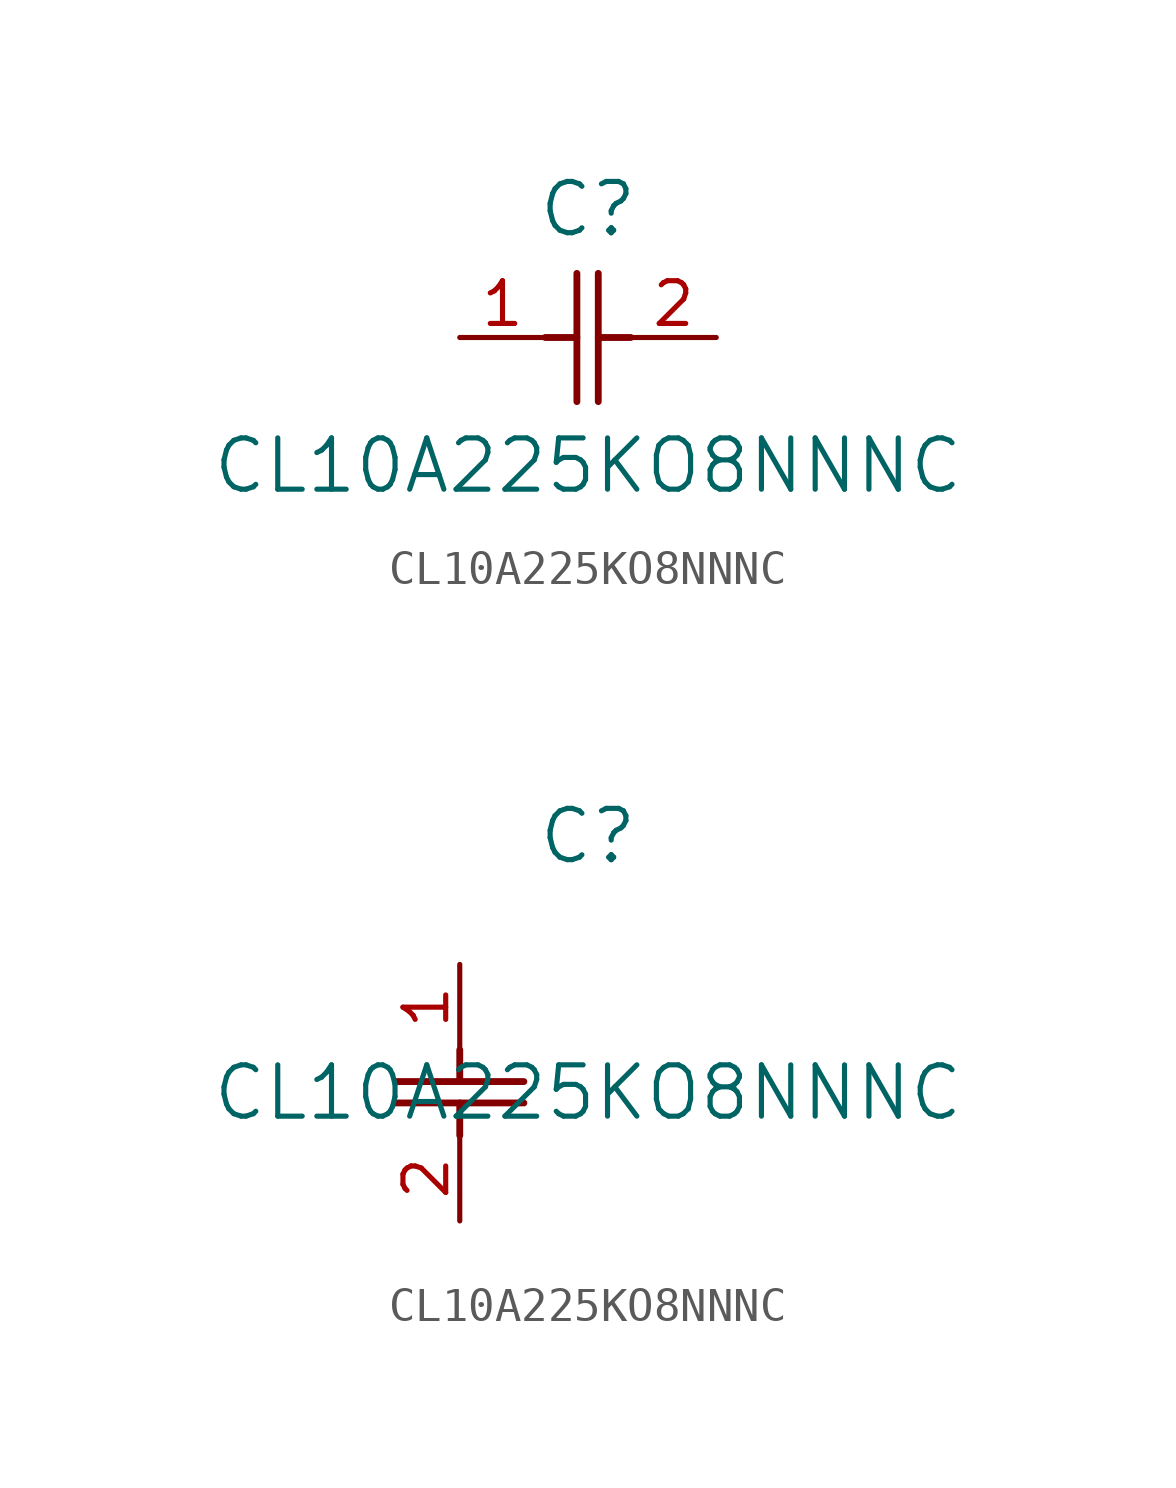
<source format=kicad_sym>
(kicad_symbol_lib
  (version 20211014)
  (generator kicad_symbol_editor)
  (symbol "CL10A225KO8NNNC"
    (pin_names
      (offset 0.254))
    (property "Reference" "C"
      (at 3.81 3.81 0)
      (effects (font (size 1.524 1.524))))
    (property "Value" "CL10A225KO8NNNC"
      (at 3.81 -3.81 0)
      (effects (font (size 1.524 1.524))))
    (symbol "CL10A225KO8NNNC_1_1"
      (polyline (pts (xy 3.48 -1.905) (xy 3.48 1.905)) (stroke (width 0.203) (type default) (color 0 0 0 0)) (fill (type none)))
      (polyline (pts (xy 4.115 -1.905) (xy 4.115 1.905)) (stroke (width 0.203) (type default) (color 0 0 0 0)) (fill (type none)))
      (polyline (pts (xy 4.115 0) (xy 5.08 0)) (stroke (width 0.203) (type default) (color 0 0 0 0)) (fill (type none)))
      (polyline (pts (xy 2.54 0) (xy 3.48 0)) (stroke (width 0.203) (type default) (color 0 0 0 0)) (fill (type none)))
      (pin unspecified line (at 0 0 0) (length 2.54) (name "" (effects (font (size 1.27 1.27)))) (number "1" (effects (font (size 1.27 1.27)))))
      (pin unspecified line (at 7.62 0 180) (length 2.54) (name "" (effects (font (size 1.27 1.27)))) (number "2" (effects (font (size 1.27 1.27))))))
    (symbol "CL10A225KO8NNNC_1_2"
      (polyline (pts (xy -1.905 -3.48) (xy 1.905 -3.48)) (stroke (width 0.203) (type default) (color 0 0 0 0)) (fill (type none)))
      (polyline (pts (xy -1.905 -4.115) (xy 1.905 -4.115)) (stroke (width 0.203) (type default) (color 0 0 0 0)) (fill (type none)))
      (polyline (pts (xy 0 -4.115) (xy 0 -5.08)) (stroke (width 0.203) (type default) (color 0 0 0 0)) (fill (type none)))
      (polyline (pts (xy 0 -2.54) (xy 0 -3.48)) (stroke (width 0.203) (type default) (color 0 0 0 0)) (fill (type none)))
      (pin unspecified line (at 0 0 270) (length 2.54) (name "" (effects (font (size 1.27 1.27)))) (number "1" (effects (font (size 1.27 1.27)))))
      (pin unspecified line (at 0 -7.62 90) (length 2.54) (name "" (effects (font (size 1.27 1.27)))) (number "2" (effects (font (size 1.27 1.27))))))))
</source>
